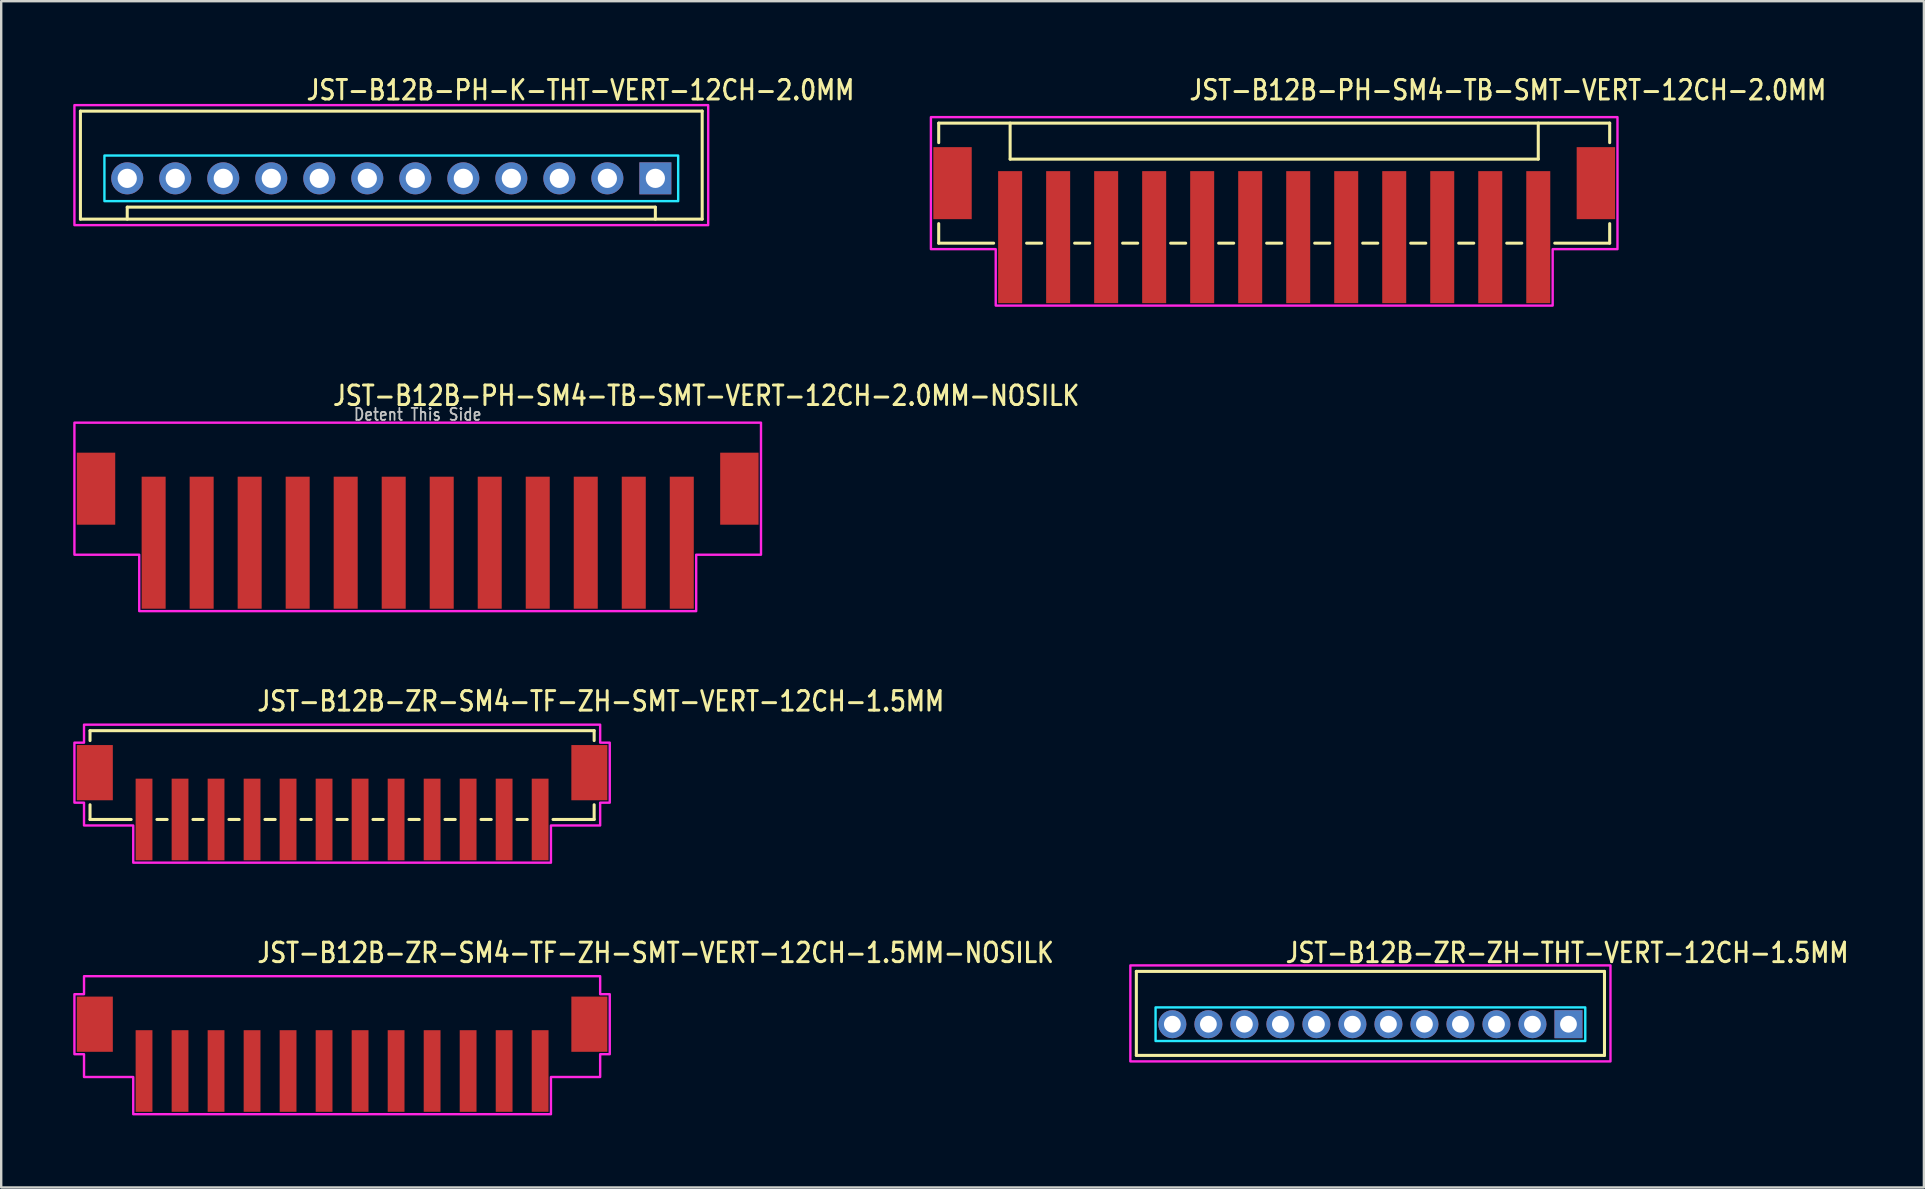
<source format=kicad_pcb>
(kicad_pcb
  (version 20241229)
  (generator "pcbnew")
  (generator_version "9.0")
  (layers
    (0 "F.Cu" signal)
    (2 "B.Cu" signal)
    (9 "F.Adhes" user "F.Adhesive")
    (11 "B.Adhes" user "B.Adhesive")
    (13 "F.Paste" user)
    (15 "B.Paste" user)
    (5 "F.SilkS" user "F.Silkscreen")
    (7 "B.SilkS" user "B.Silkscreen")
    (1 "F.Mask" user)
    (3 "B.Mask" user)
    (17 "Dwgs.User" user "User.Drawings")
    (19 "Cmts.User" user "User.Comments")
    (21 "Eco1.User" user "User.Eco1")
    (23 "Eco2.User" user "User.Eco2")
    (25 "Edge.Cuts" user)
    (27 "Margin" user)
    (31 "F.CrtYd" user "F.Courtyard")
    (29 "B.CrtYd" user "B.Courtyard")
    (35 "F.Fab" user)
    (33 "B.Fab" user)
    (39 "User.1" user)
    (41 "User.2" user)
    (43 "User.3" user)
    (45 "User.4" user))
  (footprint "JST-B12B-ZR-ZH-THT-VERT-12CH-1.5MM"
    (layer "F.Cu")
    (at 54.036 39.614)
    (property "Reference" "JST-B12B-ZR-ZH-THT-VERT-12CH-1.5MM" (at -3.6 -2.5 0) (unlocked yes) (layer "F.SilkS") (effects (font (size 0.813 0.695) (thickness 0.122)) (justify left bottom)))
    (fp_line (start -9.75 -2.2) (end 9.75 -2.2) (stroke (width 0.127) (type solid)) (layer "F.SilkS"))
    (fp_line (start -9.75 1.3) (end -9.75 -2.2) (stroke (width 0.127) (type solid)) (layer "F.SilkS"))
    (fp_line (start -9.75 1.3) (end 9.75 1.3) (stroke (width 0.127) (type solid)) (layer "F.SilkS"))
    (fp_line (start 9.75 -2.2) (end 9.75 1.3) (stroke (width 0.127) (type solid)) (layer "F.SilkS"))
    (fp_poly (pts (xy -8.95 -0.7) (xy -8.95 0.7) (xy 8.95 0.7) (xy 8.95 -0.7)) (stroke (width 0.1) (type solid)) (fill no) (layer "B.CrtYd"))
    (fp_poly (pts (xy -10 -2.45) (xy -10 1.55) (xy 10 1.55) (xy 10 -2.45)) (stroke (width 0.1) (type solid)) (fill no) (layer "F.CrtYd"))
    (pad "1" thru_hole rect (at 8.25 0) (size 1.167 1.167) (drill 0.7) (layers "*.Cu" "*.Mask"))
    (pad "2" thru_hole oval (at 6.75 0) (size 1.167 1.167) (drill 0.7) (layers "*.Cu" "*.Mask"))
    (pad "3" thru_hole oval (at 5.25 0) (size 1.167 1.167) (drill 0.7) (layers "*.Cu" "*.Mask"))
    (pad "4" thru_hole oval (at 3.75 0) (size 1.167 1.167) (drill 0.7) (layers "*.Cu" "*.Mask"))
    (pad "5" thru_hole oval (at 2.25 0) (size 1.167 1.167) (drill 0.7) (layers "*.Cu" "*.Mask"))
    (pad "6" thru_hole oval (at 0.75 0) (size 1.167 1.167) (drill 0.7) (layers "*.Cu" "*.Mask"))
    (pad "7" thru_hole oval (at -0.75 0) (size 1.167 1.167) (drill 0.7) (layers "*.Cu" "*.Mask"))
    (pad "8" thru_hole oval (at -2.25 0) (size 1.167 1.167) (drill 0.7) (layers "*.Cu" "*.Mask"))
    (pad "9" thru_hole oval (at -3.75 0) (size 1.167 1.167) (drill 0.7) (layers "*.Cu" "*.Mask"))
    (pad "10" thru_hole oval (at -5.25 0) (size 1.167 1.167) (drill 0.7) (layers "*.Cu" "*.Mask"))
    (pad "11" thru_hole oval (at -6.75 0) (size 1.167 1.167) (drill 0.7) (layers "*.Cu" "*.Mask"))
    (pad "12" thru_hole oval (at -8.25 0) (size 1.167 1.167) (drill 0.7) (layers "*.Cu" "*.Mask")))
  (footprint "JST-B12B-ZR-SM4-TF-ZH-SMT-VERT-12CH-1.5MM"
    (layer "F.Cu")
    (at 11.2 29.136)
    (property "Reference" "JST-B12B-ZR-SM4-TF-ZH-SMT-VERT-12CH-1.5MM" (at -3.6 -2.5 0) (unlocked yes) (layer "F.SilkS") (effects (font (size 0.813 0.695) (thickness 0.122)) (justify left bottom)))
    (fp_line (start -10.5 -1.75) (end -10.5 -1.337) (stroke (width 0.127) (type solid)) (layer "F.SilkS"))
    (fp_line (start -10.5 -1.75) (end 10.5 -1.75) (stroke (width 0.127) (type solid)) (layer "F.SilkS"))
    (fp_line (start -10.5 1.95) (end -10.5 1.337) (stroke (width 0.127) (type solid)) (layer "F.SilkS"))
    (fp_line (start -10.5 1.95) (end -8.787 1.95) (stroke (width 0.127) (type solid)) (layer "F.SilkS"))
    (fp_line (start -7.713 1.95) (end -7.287 1.95) (stroke (width 0.127) (type solid)) (layer "F.SilkS"))
    (fp_line (start -6.213 1.95) (end -5.787 1.95) (stroke (width 0.127) (type solid)) (layer "F.SilkS"))
    (fp_line (start -4.713 1.95) (end -4.287 1.95) (stroke (width 0.127) (type solid)) (layer "F.SilkS"))
    (fp_line (start -3.213 1.95) (end -2.787 1.95) (stroke (width 0.127) (type solid)) (layer "F.SilkS"))
    (fp_line (start -1.714 1.95) (end -1.286 1.95) (stroke (width 0.127) (type solid)) (layer "F.SilkS"))
    (fp_line (start -0.213 1.95) (end 0.213 1.95) (stroke (width 0.127) (type solid)) (layer "F.SilkS"))
    (fp_line (start 1.286 1.95) (end 1.714 1.95) (stroke (width 0.127) (type solid)) (layer "F.SilkS"))
    (fp_line (start 2.787 1.95) (end 3.213 1.95) (stroke (width 0.127) (type solid)) (layer "F.SilkS"))
    (fp_line (start 4.287 1.95) (end 4.713 1.95) (stroke (width 0.127) (type solid)) (layer "F.SilkS"))
    (fp_line (start 5.787 1.95) (end 6.213 1.95) (stroke (width 0.127) (type solid)) (layer "F.SilkS"))
    (fp_line (start 7.287 1.95) (end 7.713 1.95) (stroke (width 0.127) (type solid)) (layer "F.SilkS"))
    (fp_line (start 8.787 1.95) (end 10.5 1.95) (stroke (width 0.127) (type solid)) (layer "F.SilkS"))
    (fp_line (start 10.5 -1.337) (end 10.5 -1.75) (stroke (width 0.127) (type solid)) (layer "F.SilkS"))
    (fp_line (start 10.5 1.337) (end 10.5 1.95) (stroke (width 0.127) (type solid)) (layer "F.SilkS"))
    (fp_poly (pts (xy -10.75 -2) (xy -10.75 -1.25) (xy -11.15 -1.25) (xy -11.15 1.25) (xy -10.75 1.25) (xy -10.75 2.2) (xy -8.7 2.2) (xy -8.7 3.75) (xy 8.7 3.75) (xy 8.7 2.2) (xy 10.75 2.2) (xy 10.75 1.25) (xy 11.15 1.25) (xy 11.15 -1.25) (xy 10.75 -1.25) (xy 10.75 -2)) (stroke (width 0.1) (type solid)) (fill no) (layer "F.CrtYd"))
    (pad "1" smd rect (at -8.25 1.95) (size 0.7 3.4) (layers "F.Cu" "F.Mask" "F.Paste"))
    (pad "2" smd rect (at -6.75 1.95) (size 0.7 3.4) (layers "F.Cu" "F.Mask" "F.Paste"))
    (pad "3" smd rect (at -5.25 1.95) (size 0.7 3.4) (layers "F.Cu" "F.Mask" "F.Paste"))
    (pad "4" smd rect (at -3.75 1.95) (size 0.7 3.4) (layers "F.Cu" "F.Mask" "F.Paste"))
    (pad "5" smd rect (at -2.25 1.95) (size 0.7 3.4) (layers "F.Cu" "F.Mask" "F.Paste"))
    (pad "6" smd rect (at -0.75 1.95) (size 0.7 3.4) (layers "F.Cu" "F.Mask" "F.Paste"))
    (pad "7" smd rect (at 0.75 1.95) (size 0.7 3.4) (layers "F.Cu" "F.Mask" "F.Paste"))
    (pad "8" smd rect (at 2.25 1.95) (size 0.7 3.4) (layers "F.Cu" "F.Mask" "F.Paste"))
    (pad "9" smd rect (at 3.75 1.95) (size 0.7 3.4) (layers "F.Cu" "F.Mask" "F.Paste"))
    (pad "10" smd rect (at 5.25 1.95) (size 0.7 3.4) (layers "F.Cu" "F.Mask" "F.Paste"))
    (pad "11" smd rect (at 6.75 1.95) (size 0.7 3.4) (layers "F.Cu" "F.Mask" "F.Paste"))
    (pad "12" smd rect (at 8.25 1.95) (size 0.7 3.4) (layers "F.Cu" "F.Mask" "F.Paste"))
    (pad "S_13" smd rect (at 10.3 0) (size 1.5 2.3) (layers "F.Cu" "F.Mask" "F.Paste"))
    (pad "S_14" smd rect (at -10.3 0) (size 1.5 2.3) (layers "F.Cu" "F.Mask" "F.Paste")))
  (footprint "JST-B12B-PH-K-THT-VERT-12CH-2.0MM"
    (layer "F.Cu")
    (at 13.25 4.379)
    (property "Reference" "JST-B12B-PH-K-THT-VERT-12CH-2.0MM" (at -3.6 -3.2 0) (unlocked yes) (layer "F.SilkS") (effects (font (size 0.813 0.695) (thickness 0.122)) (justify left bottom)))
    (fp_line (start -12.95 -2.8) (end -12.95 1.7) (stroke (width 0.127) (type solid)) (layer "F.SilkS"))
    (fp_line (start -12.95 -2.8) (end 12.95 -2.8) (stroke (width 0.127) (type solid)) (layer "F.SilkS"))
    (fp_line (start -12.95 1.7) (end 12.95 1.7) (stroke (width 0.127) (type solid)) (layer "F.SilkS"))
    (fp_line (start -11 1.7) (end -11 1.2) (stroke (width 0.127) (type solid)) (layer "F.SilkS"))
    (fp_line (start 11 1.2) (end -11 1.2) (stroke (width 0.127) (type solid)) (layer "F.SilkS"))
    (fp_line (start 11 1.7) (end 11 1.2) (stroke (width 0.127) (type solid)) (layer "F.SilkS"))
    (fp_line (start 12.95 1.7) (end 12.95 -2.8) (stroke (width 0.127) (type solid)) (layer "F.SilkS"))
    (fp_poly (pts (xy -11.95 -0.95) (xy -11.95 0.95) (xy 11.95 0.95) (xy 11.95 -0.95)) (stroke (width 0.1) (type solid)) (fill no) (layer "B.CrtYd"))
    (fp_poly (pts (xy -13.2 1.95) (xy -13.2 -3.05) (xy 13.2 -3.05) (xy 13.2 1.95)) (stroke (width 0.1) (type solid)) (fill no) (layer "F.CrtYd"))
    (pad "1" thru_hole rect (at 11 0) (size 1.333 1.333) (drill 0.8) (layers "*.Cu" "*.Mask"))
    (pad "2" thru_hole oval (at 9 0) (size 1.333 1.333) (drill 0.8) (layers "*.Cu" "*.Mask"))
    (pad "3" thru_hole oval (at 7 0) (size 1.333 1.333) (drill 0.8) (layers "*.Cu" "*.Mask"))
    (pad "4" thru_hole oval (at 5 0) (size 1.333 1.333) (drill 0.8) (layers "*.Cu" "*.Mask"))
    (pad "5" thru_hole oval (at 3 0) (size 1.333 1.333) (drill 0.8) (layers "*.Cu" "*.Mask"))
    (pad "6" thru_hole oval (at 1 0) (size 1.333 1.333) (drill 0.8) (layers "*.Cu" "*.Mask"))
    (pad "7" thru_hole oval (at -1 0) (size 1.333 1.333) (drill 0.8) (layers "*.Cu" "*.Mask"))
    (pad "8" thru_hole oval (at -3 0) (size 1.333 1.333) (drill 0.8) (layers "*.Cu" "*.Mask"))
    (pad "9" thru_hole oval (at -5 0) (size 1.333 1.333) (drill 0.8) (layers "*.Cu" "*.Mask"))
    (pad "10" thru_hole oval (at -7 0) (size 1.333 1.333) (drill 0.8) (layers "*.Cu" "*.Mask"))
    (pad "11" thru_hole oval (at -9 0) (size 1.333 1.333) (drill 0.8) (layers "*.Cu" "*.Mask"))
    (pad "12" thru_hole oval (at -11 0) (size 1.333 1.333) (drill 0.8) (layers "*.Cu" "*.Mask")))
  (footprint "JST-B12B-ZR-SM4-TF-ZH-SMT-VERT-12CH-1.5MM-NOSILK"
    (layer "F.Cu")
    (at 11.2 39.614)
    (property "Reference" "JST-B12B-ZR-SM4-TF-ZH-SMT-VERT-12CH-1.5MM-NOSILK" (at -3.6 -2.5 0) (unlocked yes) (layer "F.SilkS") (effects (font (size 0.813 0.695) (thickness 0.122)) (justify left bottom)))
    (fp_poly (pts (xy -10.75 -2) (xy -10.75 -1.25) (xy -11.15 -1.25) (xy -11.15 1.25) (xy -10.75 1.25) (xy -10.75 2.2) (xy -8.7 2.2) (xy -8.7 3.75) (xy 8.7 3.75) (xy 8.7 2.2) (xy 10.75 2.2) (xy 10.75 1.25) (xy 11.15 1.25) (xy 11.15 -1.25) (xy 10.75 -1.25) (xy 10.75 -2)) (stroke (width 0.1) (type solid)) (fill no) (layer "F.CrtYd"))
    (pad "1" smd rect (at -8.25 1.95) (size 0.7 3.4) (layers "F.Cu" "F.Mask" "F.Paste"))
    (pad "2" smd rect (at -6.75 1.95) (size 0.7 3.4) (layers "F.Cu" "F.Mask" "F.Paste"))
    (pad "3" smd rect (at -5.25 1.95) (size 0.7 3.4) (layers "F.Cu" "F.Mask" "F.Paste"))
    (pad "4" smd rect (at -3.75 1.95) (size 0.7 3.4) (layers "F.Cu" "F.Mask" "F.Paste"))
    (pad "5" smd rect (at -2.25 1.95) (size 0.7 3.4) (layers "F.Cu" "F.Mask" "F.Paste"))
    (pad "6" smd rect (at -0.75 1.95) (size 0.7 3.4) (layers "F.Cu" "F.Mask" "F.Paste"))
    (pad "7" smd rect (at 0.75 1.95) (size 0.7 3.4) (layers "F.Cu" "F.Mask" "F.Paste"))
    (pad "8" smd rect (at 2.25 1.95) (size 0.7 3.4) (layers "F.Cu" "F.Mask" "F.Paste"))
    (pad "9" smd rect (at 3.75 1.95) (size 0.7 3.4) (layers "F.Cu" "F.Mask" "F.Paste"))
    (pad "10" smd rect (at 5.25 1.95) (size 0.7 3.4) (layers "F.Cu" "F.Mask" "F.Paste"))
    (pad "11" smd rect (at 6.75 1.95) (size 0.7 3.4) (layers "F.Cu" "F.Mask" "F.Paste"))
    (pad "12" smd rect (at 8.25 1.95) (size 0.7 3.4) (layers "F.Cu" "F.Mask" "F.Paste"))
    (pad "13" smd rect (at 10.3 0) (size 1.5 2.3) (layers "F.Cu" "F.Mask" "F.Paste"))
    (pad "14" smd rect (at -10.3 0) (size 1.5 2.3) (layers "F.Cu" "F.Mask" "F.Paste")))
  (footprint "JST-B12B-PH-SM4-TB-SMT-VERT-12CH-2.0MM"
    (layer "F.Cu")
    (at 50.028 4.579)
    (property "Reference" "JST-B12B-PH-SM4-TB-SMT-VERT-12CH-2.0MM" (at -3.6 -3.4 0) (unlocked yes) (layer "F.SilkS") (effects (font (size 0.813 0.695) (thickness 0.122)) (justify left bottom)))
    (fp_line (start -13.975 -2.5) (end -13.975 -1.687) (stroke (width 0.127) (type solid)) (layer "F.SilkS"))
    (fp_line (start -13.975 -2.5) (end 13.975 -2.5) (stroke (width 0.127) (type solid)) (layer "F.SilkS"))
    (fp_line (start -13.975 2.5) (end -13.975 1.687) (stroke (width 0.127) (type solid)) (layer "F.SilkS"))
    (fp_line (start -13.975 2.5) (end -11.687 2.5) (stroke (width 0.127) (type solid)) (layer "F.SilkS"))
    (fp_line (start -11 -2.5) (end -11 -1) (stroke (width 0.127) (type solid)) (layer "F.SilkS"))
    (fp_line (start -11 -1) (end 11 -1) (stroke (width 0.127) (type solid)) (layer "F.SilkS"))
    (fp_line (start -10.313 2.5) (end -9.687 2.5) (stroke (width 0.127) (type solid)) (layer "F.SilkS"))
    (fp_line (start -8.313 2.5) (end -7.686 2.5) (stroke (width 0.127) (type solid)) (layer "F.SilkS"))
    (fp_line (start -6.314 2.5) (end -5.686 2.5) (stroke (width 0.127) (type solid)) (layer "F.SilkS"))
    (fp_line (start -4.314 2.5) (end -3.687 2.5) (stroke (width 0.127) (type solid)) (layer "F.SilkS"))
    (fp_line (start -2.313 2.5) (end -1.687 2.5) (stroke (width 0.127) (type solid)) (layer "F.SilkS"))
    (fp_line (start -0.314 2.5) (end 0.314 2.5) (stroke (width 0.127) (type solid)) (layer "F.SilkS"))
    (fp_line (start 1.687 2.5) (end 2.313 2.5) (stroke (width 0.127) (type solid)) (layer "F.SilkS"))
    (fp_line (start 3.687 2.5) (end 4.314 2.5) (stroke (width 0.127) (type solid)) (layer "F.SilkS"))
    (fp_line (start 5.686 2.5) (end 6.314 2.5) (stroke (width 0.127) (type solid)) (layer "F.SilkS"))
    (fp_line (start 7.686 2.5) (end 8.313 2.5) (stroke (width 0.127) (type solid)) (layer "F.SilkS"))
    (fp_line (start 9.687 2.5) (end 10.313 2.5) (stroke (width 0.127) (type solid)) (layer "F.SilkS"))
    (fp_line (start 11 -1) (end 11 -2.5) (stroke (width 0.127) (type solid)) (layer "F.SilkS"))
    (fp_line (start 11.687 2.5) (end 13.975 2.5) (stroke (width 0.127) (type solid)) (layer "F.SilkS"))
    (fp_line (start 13.975 -1.687) (end 13.975 -2.5) (stroke (width 0.127) (type solid)) (layer "F.SilkS"))
    (fp_line (start 13.975 1.687) (end 13.975 2.5) (stroke (width 0.127) (type solid)) (layer "F.SilkS"))
    (fp_poly (pts (xy -14.3 -2.75) (xy -14.3 2.75) (xy -11.6 2.75) (xy -11.6 5.1) (xy 11.6 5.1) (xy 11.6 2.75) (xy 14.3 2.75) (xy 14.3 -2.75)) (stroke (width 0.1) (type solid)) (fill no) (layer "F.CrtYd"))
    (pad "1" smd rect (at -11 2.25) (size 1 5.5) (layers "F.Cu" "F.Mask" "F.Paste"))
    (pad "2" smd rect (at -9 2.25) (size 1 5.5) (layers "F.Cu" "F.Mask" "F.Paste"))
    (pad "3" smd rect (at -7 2.25) (size 1 5.5) (layers "F.Cu" "F.Mask" "F.Paste"))
    (pad "4" smd rect (at -5 2.25) (size 1 5.5) (layers "F.Cu" "F.Mask" "F.Paste"))
    (pad "5" smd rect (at -3 2.25) (size 1 5.5) (layers "F.Cu" "F.Mask" "F.Paste"))
    (pad "6" smd rect (at -1 2.25) (size 1 5.5) (layers "F.Cu" "F.Mask" "F.Paste"))
    (pad "7" smd rect (at 1 2.25) (size 1 5.5) (layers "F.Cu" "F.Mask" "F.Paste"))
    (pad "8" smd rect (at 3 2.25) (size 1 5.5) (layers "F.Cu" "F.Mask" "F.Paste"))
    (pad "9" smd rect (at 5 2.25) (size 1 5.5) (layers "F.Cu" "F.Mask" "F.Paste"))
    (pad "10" smd rect (at 7 2.25) (size 1 5.5) (layers "F.Cu" "F.Mask" "F.Paste"))
    (pad "11" smd rect (at 9 2.25) (size 1 5.5) (layers "F.Cu" "F.Mask" "F.Paste"))
    (pad "12" smd rect (at 11 2.25) (size 1 5.5) (layers "F.Cu" "F.Mask" "F.Paste"))
    (pad "S_1" smd rect (at -13.4 0) (size 1.6 3) (layers "F.Cu" "F.Mask" "F.Paste"))
    (pad "S_2" smd rect (at 13.4 0) (size 1.6 3) (layers "F.Cu" "F.Mask" "F.Paste")))
  (footprint "JST-B12B-PH-SM4-TB-SMT-VERT-12CH-2.0MM-NOSILK"
    (layer "F.Cu")
    (at 14.35 17.307)
    (property "Reference" "JST-B12B-PH-SM4-TB-SMT-VERT-12CH-2.0MM-NOSILK" (at -3.6 -3.4 0) (unlocked yes) (layer "F.SilkS") (effects (font (size 0.813 0.695) (thickness 0.122)) (justify left bottom)))
    (fp_poly (pts (xy -14.3 -2.75) (xy -14.3 2.75) (xy -11.6 2.75) (xy -11.6 5.1) (xy 11.6 5.1) (xy 11.6 2.75) (xy 14.3 2.75) (xy 14.3 -2.75)) (stroke (width 0.1) (type solid)) (fill no) (layer "F.CrtYd"))
    (fp_text user "Detent This Side" (at 0 -2.8 0) (unlocked yes) (layer "Dwgs.User") (effects (font (size 0.5 0.427) (thickness 0.075)) (justify bottom)))
    (pad "1" smd rect (at -11 2.25) (size 1 5.5) (layers "F.Cu" "F.Mask" "F.Paste"))
    (pad "2" smd rect (at -9 2.25) (size 1 5.5) (layers "F.Cu" "F.Mask" "F.Paste"))
    (pad "3" smd rect (at -7 2.25) (size 1 5.5) (layers "F.Cu" "F.Mask" "F.Paste"))
    (pad "4" smd rect (at -5 2.25) (size 1 5.5) (layers "F.Cu" "F.Mask" "F.Paste"))
    (pad "5" smd rect (at -3 2.25) (size 1 5.5) (layers "F.Cu" "F.Mask" "F.Paste"))
    (pad "6" smd rect (at -1 2.25) (size 1 5.5) (layers "F.Cu" "F.Mask" "F.Paste"))
    (pad "7" smd rect (at 1 2.25) (size 1 5.5) (layers "F.Cu" "F.Mask" "F.Paste"))
    (pad "8" smd rect (at 3 2.25) (size 1 5.5) (layers "F.Cu" "F.Mask" "F.Paste"))
    (pad "9" smd rect (at 5 2.25) (size 1 5.5) (layers "F.Cu" "F.Mask" "F.Paste"))
    (pad "10" smd rect (at 7 2.25) (size 1 5.5) (layers "F.Cu" "F.Mask" "F.Paste"))
    (pad "11" smd rect (at 9 2.25) (size 1 5.5) (layers "F.Cu" "F.Mask" "F.Paste"))
    (pad "12" smd rect (at 11 2.25) (size 1 5.5) (layers "F.Cu" "F.Mask" "F.Paste"))
    (pad "S_1" smd rect (at -13.4 0) (size 1.6 3) (layers "F.Cu" "F.Mask" "F.Paste"))
    (pad "S_2" smd rect (at 13.4 0) (size 1.6 3) (layers "F.Cu" "F.Mask" "F.Paste")))
  (gr_rect
    (start -3 -3)
    (end 77.092 46.414)
    (stroke (width 0.1) (type default))
    (fill no)
    (layer "Edge.Cuts")))
</source>
